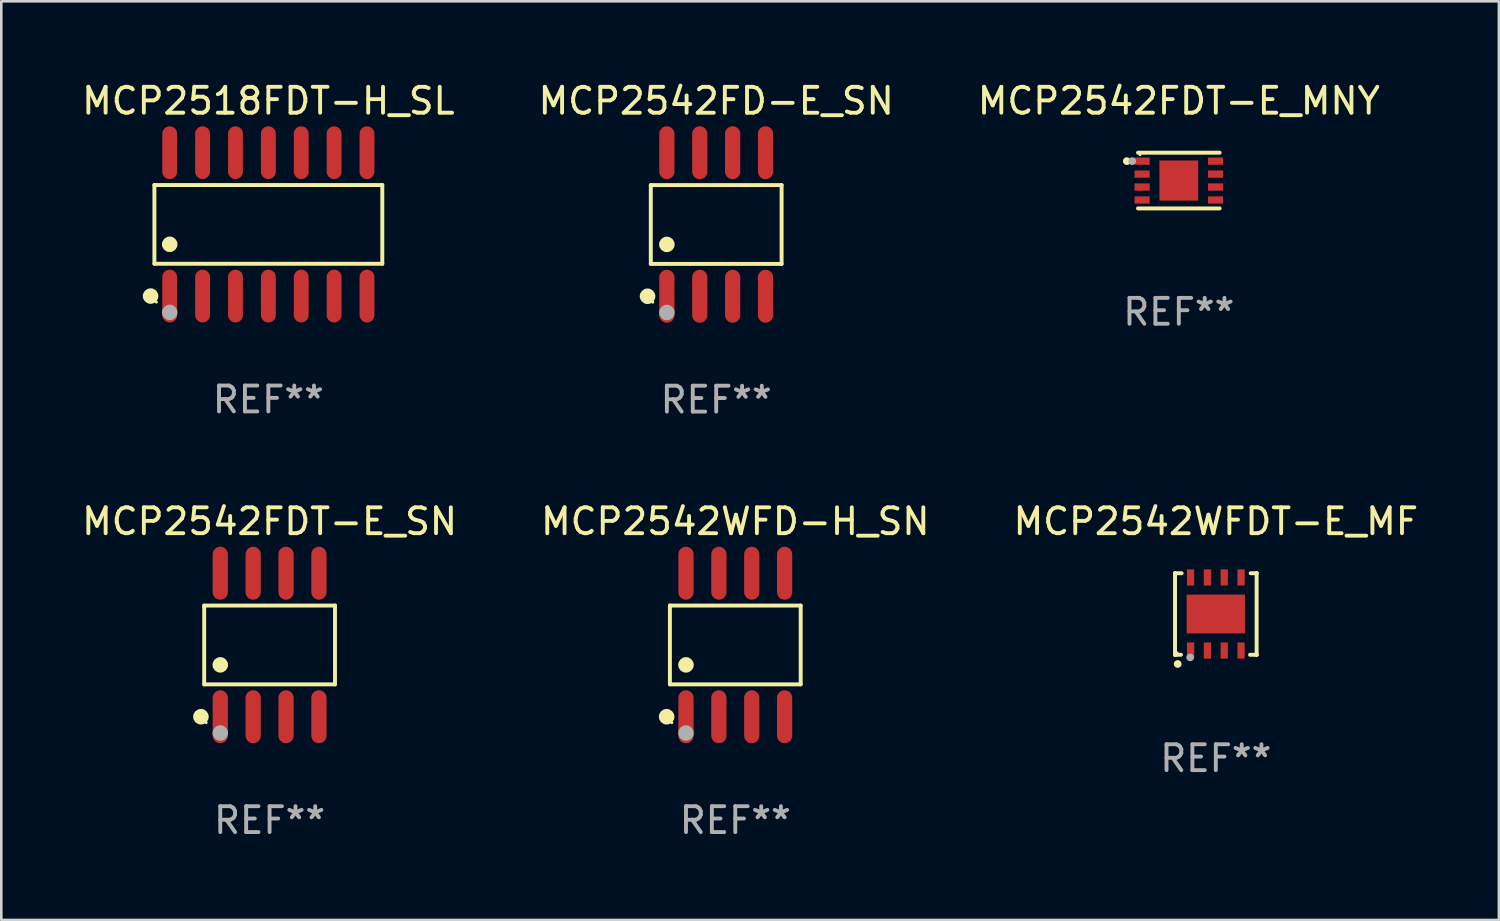
<source format=kicad_pcb>
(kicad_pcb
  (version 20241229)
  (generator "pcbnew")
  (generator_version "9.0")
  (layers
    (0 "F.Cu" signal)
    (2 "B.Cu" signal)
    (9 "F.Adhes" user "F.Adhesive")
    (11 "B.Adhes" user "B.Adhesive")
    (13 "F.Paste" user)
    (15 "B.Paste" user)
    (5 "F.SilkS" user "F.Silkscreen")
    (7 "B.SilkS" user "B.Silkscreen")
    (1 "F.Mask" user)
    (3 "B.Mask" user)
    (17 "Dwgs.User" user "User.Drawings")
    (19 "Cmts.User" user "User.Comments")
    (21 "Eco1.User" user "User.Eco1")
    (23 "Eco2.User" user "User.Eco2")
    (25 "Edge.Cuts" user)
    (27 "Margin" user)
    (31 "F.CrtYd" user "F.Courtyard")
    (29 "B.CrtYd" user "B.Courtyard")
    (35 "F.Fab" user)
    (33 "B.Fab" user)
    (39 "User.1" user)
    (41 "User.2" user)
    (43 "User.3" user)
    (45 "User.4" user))
  (footprint "MCP2542WFD-H_SN"
    (layer "F.Cu")
    (at 25.351 21.862)
    (property "Reference" "MCP2542WFD-H_SN" (at 0 -4.772 0) (layer "F.SilkS") (effects (font (size 1 1) (thickness 0.15))))
    (attr through_hole)
    (fp_line (start -2.526 -1.521) (end 2.526 -1.521) (stroke (width 0.152) (type solid)) (layer "F.SilkS"))
    (fp_line (start -2.526 1.521) (end -2.526 -1.521) (stroke (width 0.152) (type solid)) (layer "F.SilkS"))
    (fp_line (start 2.526 -1.521) (end 2.526 1.521) (stroke (width 0.152) (type solid)) (layer "F.SilkS"))
    (fp_line (start 2.526 1.521) (end -2.526 1.521) (stroke (width 0.152) (type solid)) (layer "F.SilkS"))
    (fp_circle (center -2.652 2.772) (end -2.501 2.772) (stroke (width 0.3) (type solid)) (fill no) (layer "F.SilkS"))
    (fp_circle (center -2.45 3) (end -2.42 3) (stroke (width 0.06) (type solid)) (fill no) (layer "F.SilkS"))
    (fp_circle (center -1.905 0.769) (end -1.755 0.769) (stroke (width 0.3) (type solid)) (fill no) (layer "F.SilkS"))
    (fp_circle (center -1.905 3.4) (end -1.755 3.4) (stroke (width 0.3) (type solid)) (fill no) (layer "F.Fab"))
    (fp_text user "REF**" (at 0 6.772 0) (layer "F.Fab") (effects (font (size 1 1) (thickness 0.15))))
    (pad "1" smd oval (at -1.905 2.772) (size 0.588 2.045) (layers "F.Cu" "F.Mask" "F.Paste"))
    (pad "2" smd oval (at -0.635 2.772) (size 0.588 2.045) (layers "F.Cu" "F.Mask" "F.Paste"))
    (pad "3" smd oval (at 0.635 2.772) (size 0.588 2.045) (layers "F.Cu" "F.Mask" "F.Paste"))
    (pad "4" smd oval (at 1.905 2.772) (size 0.588 2.045) (layers "F.Cu" "F.Mask" "F.Paste"))
    (pad "5" smd oval (at 1.905 -2.772) (size 0.588 2.045) (layers "F.Cu" "F.Mask" "F.Paste"))
    (pad "6" smd oval (at 0.635 -2.772) (size 0.588 2.045) (layers "F.Cu" "F.Mask" "F.Paste"))
    (pad "7" smd oval (at -0.635 -2.772) (size 0.588 2.045) (layers "F.Cu" "F.Mask" "F.Paste"))
    (pad "8" smd oval (at -1.905 -2.772) (size 0.588 2.045) (layers "F.Cu" "F.Mask" "F.Paste")))
  (footprint "MCP2542FD-E_SN"
    (layer "F.Cu")
    (at 24.613 5.621)
    (property "Reference" "MCP2542FD-E_SN" (at 0 -4.772 0) (layer "F.SilkS") (effects (font (size 1 1) (thickness 0.15))))
    (attr through_hole)
    (fp_line (start -2.526 -1.521) (end 2.526 -1.521) (stroke (width 0.152) (type solid)) (layer "F.SilkS"))
    (fp_line (start -2.526 1.521) (end -2.526 -1.521) (stroke (width 0.152) (type solid)) (layer "F.SilkS"))
    (fp_line (start 2.526 -1.521) (end 2.526 1.521) (stroke (width 0.152) (type solid)) (layer "F.SilkS"))
    (fp_line (start 2.526 1.521) (end -2.526 1.521) (stroke (width 0.152) (type solid)) (layer "F.SilkS"))
    (fp_circle (center -2.652 2.772) (end -2.501 2.772) (stroke (width 0.3) (type solid)) (fill no) (layer "F.SilkS"))
    (fp_circle (center -2.45 3) (end -2.42 3) (stroke (width 0.06) (type solid)) (fill no) (layer "F.SilkS"))
    (fp_circle (center -1.905 0.769) (end -1.755 0.769) (stroke (width 0.3) (type solid)) (fill no) (layer "F.SilkS"))
    (fp_circle (center -1.905 3.4) (end -1.755 3.4) (stroke (width 0.3) (type solid)) (fill no) (layer "F.Fab"))
    (fp_text user "REF**" (at 0 6.772 0) (layer "F.Fab") (effects (font (size 1 1) (thickness 0.15))))
    (pad "1" smd oval (at -1.905 2.772) (size 0.588 2.045) (layers "F.Cu" "F.Mask" "F.Paste"))
    (pad "2" smd oval (at -0.635 2.772) (size 0.588 2.045) (layers "F.Cu" "F.Mask" "F.Paste"))
    (pad "3" smd oval (at 0.635 2.772) (size 0.588 2.045) (layers "F.Cu" "F.Mask" "F.Paste"))
    (pad "4" smd oval (at 1.905 2.772) (size 0.588 2.045) (layers "F.Cu" "F.Mask" "F.Paste"))
    (pad "5" smd oval (at 1.905 -2.772) (size 0.588 2.045) (layers "F.Cu" "F.Mask" "F.Paste"))
    (pad "6" smd oval (at 0.635 -2.772) (size 0.588 2.045) (layers "F.Cu" "F.Mask" "F.Paste"))
    (pad "7" smd oval (at -0.635 -2.772) (size 0.588 2.045) (layers "F.Cu" "F.Mask" "F.Paste"))
    (pad "8" smd oval (at -1.905 -2.772) (size 0.588 2.045) (layers "F.Cu" "F.Mask" "F.Paste")))
  (footprint "MCP2542WFDT-E_MF"
    (layer "F.Cu")
    (at 43.911 20.666)
    (property "Reference" "MCP2542WFDT-E_MF" (at 0 -3.576 0) (layer "F.SilkS") (effects (font (size 1 1) (thickness 0.15))))
    (attr through_hole)
    (fp_line (start -1.576 -1.576) (end -1.576 -1.576) (stroke (width 0.152) (type solid)) (layer "F.SilkS"))
    (fp_line (start -1.576 -1.576) (end -1.576 1.576) (stroke (width 0.152) (type solid)) (layer "F.SilkS"))
    (fp_line (start -1.576 1.576) (end -1.576 1.576) (stroke (width 0.152) (type solid)) (layer "F.SilkS"))
    (fp_line (start -1.576 1.576) (end -1.346 1.575) (stroke (width 0.152) (type solid)) (layer "F.SilkS"))
    (fp_line (start -1.321 -1.575) (end -1.576 -1.576) (stroke (width 0.152) (type solid)) (layer "F.SilkS"))
    (fp_line (start 1.321 1.575) (end 1.576 1.576) (stroke (width 0.152) (type solid)) (layer "F.SilkS"))
    (fp_line (start 1.576 -1.576) (end 1.346 -1.575) (stroke (width 0.152) (type solid)) (layer "F.SilkS"))
    (fp_line (start 1.576 -1.576) (end 1.576 -1.576) (stroke (width 0.152) (type solid)) (layer "F.SilkS"))
    (fp_line (start 1.576 1.576) (end 1.576 -1.576) (stroke (width 0.152) (type solid)) (layer "F.SilkS"))
    (fp_line (start 1.576 1.576) (end 1.576 1.576) (stroke (width 0.152) (type solid)) (layer "F.SilkS"))
    (fp_circle (center -1.5 1.5) (end -1.47 1.5) (stroke (width 0.06) (type solid)) (fill no) (layer "F.SilkS"))
    (fp_circle (center -1.473 1.93) (end -1.398 1.93) (stroke (width 0.15) (type solid)) (fill no) (layer "F.SilkS"))
    (fp_circle (center -0.991 1.676) (end -0.916 1.676) (stroke (width 0.15) (type solid)) (fill no) (layer "F.Fab"))
    (fp_text user "REF**" (at 0 5.576 0) (layer "F.Fab") (effects (font (size 1 1) (thickness 0.15))))
    (pad "1" smd rect (at -0.975 1.412) (size 0.28 0.625) (layers "F.Cu" "F.Mask" "F.Paste"))
    (pad "2" smd rect (at -0.325 1.412) (size 0.28 0.625) (layers "F.Cu" "F.Mask" "F.Paste"))
    (pad "3" smd rect (at 0.325 1.412) (size 0.28 0.625) (layers "F.Cu" "F.Mask" "F.Paste"))
    (pad "4" smd rect (at 0.975 1.412) (size 0.28 0.625) (layers "F.Cu" "F.Mask" "F.Paste"))
    (pad "5" smd rect (at 0.975 -1.412) (size 0.28 0.625) (layers "F.Cu" "F.Mask" "F.Paste"))
    (pad "6" smd rect (at 0.325 -1.412) (size 0.28 0.625) (layers "F.Cu" "F.Mask" "F.Paste"))
    (pad "7" smd rect (at -0.325 -1.412) (size 0.28 0.625) (layers "F.Cu" "F.Mask" "F.Paste"))
    (pad "8" smd rect (at -0.975 -1.412) (size 0.28 0.625) (layers "F.Cu" "F.Mask" "F.Paste"))
    (pad "9" smd rect (at 0 0) (size 2.25 1.5) (layers "F.Cu" "F.Mask" "F.Paste")))
  (footprint "MCP2542FDT-E_MNY"
    (layer "F.Cu")
    (at 42.482 3.924)
    (property "Reference" "MCP2542FDT-E_MNY" (at 0 -3.076 0) (layer "F.SilkS") (effects (font (size 1 1) (thickness 0.15))))
    (attr through_hole)
    (fp_line (start -1.576 -1.076) (end 1.576 -1.076) (stroke (width 0.152) (type solid)) (layer "F.SilkS"))
    (fp_line (start -1.576 1.076) (end 1.576 1.076) (stroke (width 0.152) (type solid)) (layer "F.SilkS"))
    (fp_circle (center -2.01 -0.75) (end -1.935 -0.75) (stroke (width 0.15) (type solid)) (fill no) (layer "F.SilkS"))
    (fp_circle (center -1.5 -1) (end -1.47 -1) (stroke (width 0.06) (type solid)) (fill no) (layer "F.SilkS"))
    (fp_circle (center -1.8 -0.75) (end -1.725 -0.75) (stroke (width 0.15) (type solid)) (fill no) (layer "F.Fab"))
    (fp_text user "REF**" (at 0 5.076 0) (layer "F.Fab") (effects (font (size 1 1) (thickness 0.15))))
    (pad "1" smd rect (at -1.418 -0.75) (size 0.585 0.28) (layers "F.Cu" "F.Mask" "F.Paste"))
    (pad "2" smd rect (at -1.418 -0.25) (size 0.585 0.28) (layers "F.Cu" "F.Mask" "F.Paste"))
    (pad "3" smd rect (at -1.418 0.25) (size 0.585 0.28) (layers "F.Cu" "F.Mask" "F.Paste"))
    (pad "4" smd rect (at -1.418 0.75) (size 0.585 0.28) (layers "F.Cu" "F.Mask" "F.Paste"))
    (pad "5" smd rect (at 1.418 0.75) (size 0.585 0.28) (layers "F.Cu" "F.Mask" "F.Paste"))
    (pad "6" smd rect (at 1.418 0.25) (size 0.585 0.28) (layers "F.Cu" "F.Mask" "F.Paste"))
    (pad "7" smd rect (at 1.418 -0.25) (size 0.585 0.28) (layers "F.Cu" "F.Mask" "F.Paste"))
    (pad "8" smd rect (at 1.418 -0.75) (size 0.585 0.28) (layers "F.Cu" "F.Mask" "F.Paste"))
    (pad "9" smd rect (at 0 0) (size 1.5 1.55) (layers "F.Cu" "F.Mask" "F.Paste")))
  (footprint "MCP2518FDT-H_SL"
    (layer "F.Cu")
    (at 7.315 5.617)
    (property "Reference" "MCP2518FDT-H_SL" (at 0 -4.769 0) (layer "F.SilkS") (effects (font (size 1 1) (thickness 0.15))))
    (attr through_hole)
    (fp_line (start -4.401 -1.521) (end 4.401 -1.521) (stroke (width 0.152) (type solid)) (layer "F.SilkS"))
    (fp_line (start -4.401 1.521) (end -4.401 -1.521) (stroke (width 0.152) (type solid)) (layer "F.SilkS"))
    (fp_line (start 4.401 -1.521) (end 4.401 1.521) (stroke (width 0.152) (type solid)) (layer "F.SilkS"))
    (fp_line (start 4.401 1.521) (end -4.401 1.521) (stroke (width 0.152) (type solid)) (layer "F.SilkS"))
    (fp_circle (center -4.549 2.769) (end -4.399 2.769) (stroke (width 0.3) (type solid)) (fill no) (layer "F.SilkS"))
    (fp_circle (center -4.325 3) (end -4.295 3) (stroke (width 0.06) (type solid)) (fill no) (layer "F.SilkS"))
    (fp_circle (center -3.81 0.769) (end -3.66 0.769) (stroke (width 0.3) (type solid)) (fill no) (layer "F.SilkS"))
    (fp_circle (center -3.81 3.4) (end -3.66 3.4) (stroke (width 0.3) (type solid)) (fill no) (layer "F.Fab"))
    (fp_text user "REF**" (at 0 6.769 0) (layer "F.Fab") (effects (font (size 1 1) (thickness 0.15))))
    (pad "1" smd oval (at -3.81 2.769) (size 0.574 2.038) (layers "F.Cu" "F.Mask" "F.Paste"))
    (pad "2" smd oval (at -2.54 2.769) (size 0.574 2.038) (layers "F.Cu" "F.Mask" "F.Paste"))
    (pad "3" smd oval (at -1.27 2.769) (size 0.574 2.038) (layers "F.Cu" "F.Mask" "F.Paste"))
    (pad "4" smd oval (at 0 2.769) (size 0.574 2.038) (layers "F.Cu" "F.Mask" "F.Paste"))
    (pad "5" smd oval (at 1.27 2.769) (size 0.574 2.038) (layers "F.Cu" "F.Mask" "F.Paste"))
    (pad "6" smd oval (at 2.54 2.769) (size 0.574 2.038) (layers "F.Cu" "F.Mask" "F.Paste"))
    (pad "7" smd oval (at 3.81 2.769) (size 0.574 2.038) (layers "F.Cu" "F.Mask" "F.Paste"))
    (pad "8" smd oval (at 3.81 -2.769) (size 0.574 2.038) (layers "F.Cu" "F.Mask" "F.Paste"))
    (pad "9" smd oval (at 2.54 -2.769) (size 0.574 2.038) (layers "F.Cu" "F.Mask" "F.Paste"))
    (pad "10" smd oval (at 1.27 -2.769) (size 0.574 2.038) (layers "F.Cu" "F.Mask" "F.Paste"))
    (pad "11" smd oval (at 0 -2.769) (size 0.574 2.038) (layers "F.Cu" "F.Mask" "F.Paste"))
    (pad "12" smd oval (at -1.27 -2.769) (size 0.574 2.038) (layers "F.Cu" "F.Mask" "F.Paste"))
    (pad "13" smd oval (at -2.54 -2.769) (size 0.574 2.038) (layers "F.Cu" "F.Mask" "F.Paste"))
    (pad "14" smd oval (at -3.81 -2.769) (size 0.574 2.038) (layers "F.Cu" "F.Mask" "F.Paste")))
  (footprint "MCP2542FDT-E_SN"
    (layer "F.Cu")
    (at 7.363 21.862)
    (property "Reference" "MCP2542FDT-E_SN" (at 0 -4.772 0) (layer "F.SilkS") (effects (font (size 1 1) (thickness 0.15))))
    (attr through_hole)
    (fp_line (start -2.526 -1.521) (end 2.526 -1.521) (stroke (width 0.152) (type solid)) (layer "F.SilkS"))
    (fp_line (start -2.526 1.521) (end -2.526 -1.521) (stroke (width 0.152) (type solid)) (layer "F.SilkS"))
    (fp_line (start 2.526 -1.521) (end 2.526 1.521) (stroke (width 0.152) (type solid)) (layer "F.SilkS"))
    (fp_line (start 2.526 1.521) (end -2.526 1.521) (stroke (width 0.152) (type solid)) (layer "F.SilkS"))
    (fp_circle (center -2.652 2.772) (end -2.501 2.772) (stroke (width 0.3) (type solid)) (fill no) (layer "F.SilkS"))
    (fp_circle (center -2.45 3) (end -2.42 3) (stroke (width 0.06) (type solid)) (fill no) (layer "F.SilkS"))
    (fp_circle (center -1.905 0.769) (end -1.755 0.769) (stroke (width 0.3) (type solid)) (fill no) (layer "F.SilkS"))
    (fp_circle (center -1.905 3.4) (end -1.755 3.4) (stroke (width 0.3) (type solid)) (fill no) (layer "F.Fab"))
    (fp_text user "REF**" (at 0 6.772 0) (layer "F.Fab") (effects (font (size 1 1) (thickness 0.15))))
    (pad "1" smd oval (at -1.905 2.772) (size 0.588 2.045) (layers "F.Cu" "F.Mask" "F.Paste"))
    (pad "2" smd oval (at -0.635 2.772) (size 0.588 2.045) (layers "F.Cu" "F.Mask" "F.Paste"))
    (pad "3" smd oval (at 0.635 2.772) (size 0.588 2.045) (layers "F.Cu" "F.Mask" "F.Paste"))
    (pad "4" smd oval (at 1.905 2.772) (size 0.588 2.045) (layers "F.Cu" "F.Mask" "F.Paste"))
    (pad "5" smd oval (at 1.905 -2.772) (size 0.588 2.045) (layers "F.Cu" "F.Mask" "F.Paste"))
    (pad "6" smd oval (at 0.635 -2.772) (size 0.588 2.045) (layers "F.Cu" "F.Mask" "F.Paste"))
    (pad "7" smd oval (at -0.635 -2.772) (size 0.588 2.045) (layers "F.Cu" "F.Mask" "F.Paste"))
    (pad "8" smd oval (at -1.905 -2.772) (size 0.588 2.045) (layers "F.Cu" "F.Mask" "F.Paste")))
  (gr_rect
    (start -3 -3)
    (end 54.845 32.483)
    (stroke (width 0.1) (type default))
    (fill no)
    (layer "Edge.Cuts")))
</source>
